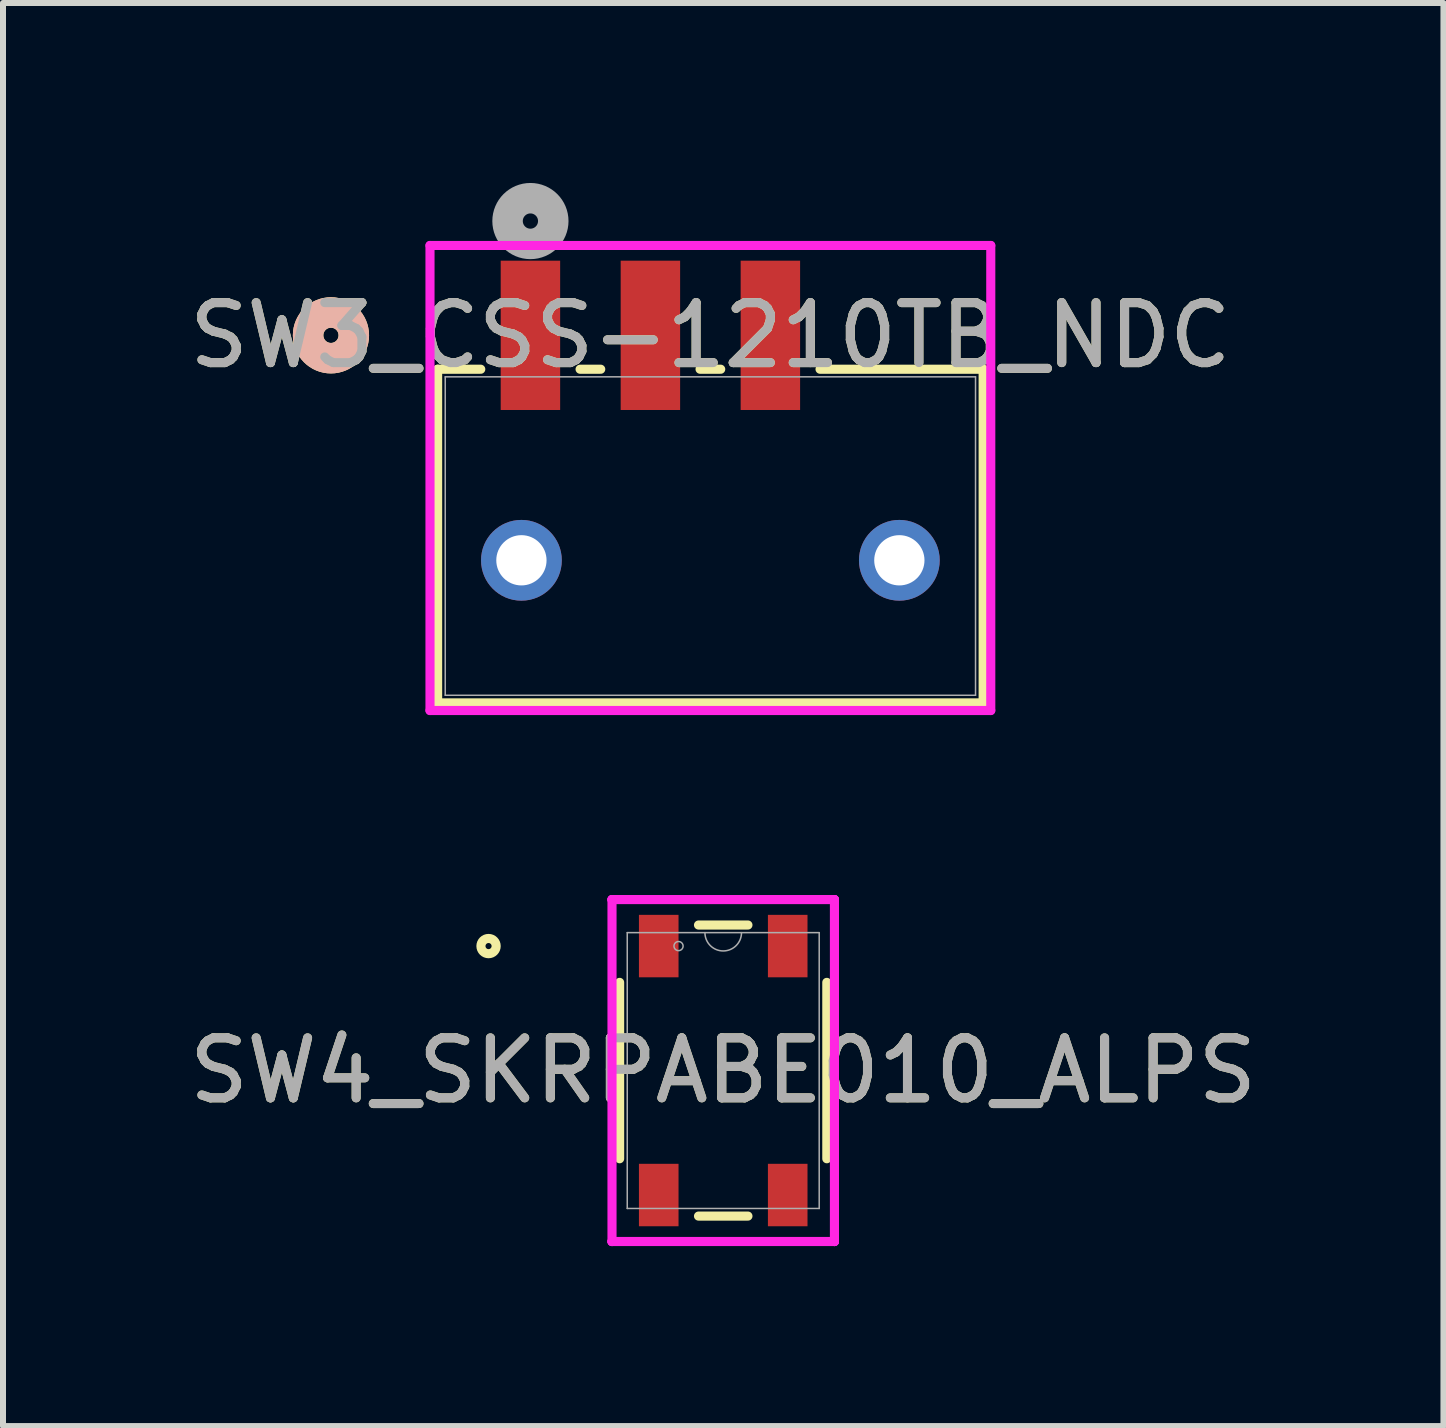
<source format=kicad_pcb>
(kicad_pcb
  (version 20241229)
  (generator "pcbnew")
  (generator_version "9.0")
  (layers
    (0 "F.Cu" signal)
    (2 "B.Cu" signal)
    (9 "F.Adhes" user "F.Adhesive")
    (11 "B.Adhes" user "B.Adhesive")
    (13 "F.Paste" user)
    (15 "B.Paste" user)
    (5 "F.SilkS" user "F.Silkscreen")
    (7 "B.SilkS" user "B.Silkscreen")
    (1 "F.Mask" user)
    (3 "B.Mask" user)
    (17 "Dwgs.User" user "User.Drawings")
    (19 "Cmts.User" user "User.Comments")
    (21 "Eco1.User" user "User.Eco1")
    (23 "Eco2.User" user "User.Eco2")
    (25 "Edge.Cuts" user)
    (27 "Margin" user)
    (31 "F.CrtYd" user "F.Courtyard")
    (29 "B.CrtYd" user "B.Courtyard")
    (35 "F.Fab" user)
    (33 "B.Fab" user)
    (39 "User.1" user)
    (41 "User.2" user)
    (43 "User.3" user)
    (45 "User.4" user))
  (footprint "SW4_SKRPABE010_ALPS"
    (layer "F.Cu")
    (at 9.006 14.796)
    (property "Reference" "SW4_SKRPABE010_ALPS" (at 0 0 0) (unlocked yes) (layer "F.SilkS") (effects (font (size 1 1) (thickness 0.15))))
    (attr smd)
    (fp_line (start -1.727 -1.47) (end -1.727 1.47) (stroke (width 0.152) (type solid)) (layer "F.SilkS"))
    (fp_line (start -0.412 2.426) (end 0.412 2.426) (stroke (width 0.152) (type solid)) (layer "F.SilkS"))
    (fp_line (start 0.412 -2.426) (end -0.412 -2.426) (stroke (width 0.152) (type solid)) (layer "F.SilkS"))
    (fp_line (start 1.727 1.47) (end 1.727 -1.47) (stroke (width 0.152) (type solid)) (layer "F.SilkS"))
    (fp_circle (center -3.912 -2.075) (end -3.785 -2.075) (stroke (width 0.152) (type solid)) (fill no) (layer "F.SilkS"))
    (fp_line (start -1.854 -2.85) (end -1.854 -2.85) (stroke (width 0.152) (type solid)) (layer "F.CrtYd"))
    (fp_line (start -1.854 -2.85) (end -1.854 -2.85) (stroke (width 0.152) (type solid)) (layer "F.CrtYd"))
    (fp_line (start -1.854 -2.85) (end 1.854 -2.85) (stroke (width 0.152) (type solid)) (layer "F.CrtYd"))
    (fp_line (start -1.854 2.85) (end -1.854 -2.85) (stroke (width 0.152) (type solid)) (layer "F.CrtYd"))
    (fp_line (start -1.854 2.85) (end -1.854 2.85) (stroke (width 0.152) (type solid)) (layer "F.CrtYd"))
    (fp_line (start -1.854 2.85) (end -1.854 2.85) (stroke (width 0.152) (type solid)) (layer "F.CrtYd"))
    (fp_line (start 1.854 -2.85) (end 1.854 -2.85) (stroke (width 0.152) (type solid)) (layer "F.CrtYd"))
    (fp_line (start 1.854 -2.85) (end 1.854 -2.85) (stroke (width 0.152) (type solid)) (layer "F.CrtYd"))
    (fp_line (start 1.854 -2.85) (end 1.854 2.85) (stroke (width 0.152) (type solid)) (layer "F.CrtYd"))
    (fp_line (start 1.854 2.85) (end -1.854 2.85) (stroke (width 0.152) (type solid)) (layer "F.CrtYd"))
    (fp_line (start 1.854 2.85) (end 1.854 2.85) (stroke (width 0.152) (type solid)) (layer "F.CrtYd"))
    (fp_line (start 1.854 2.85) (end 1.854 2.85) (stroke (width 0.152) (type solid)) (layer "F.CrtYd"))
    (fp_line (start -1.6 -2.299) (end -1.6 2.299) (stroke (width 0.025) (type solid)) (layer "F.Fab"))
    (fp_line (start -1.6 2.299) (end 1.6 2.299) (stroke (width 0.025) (type solid)) (layer "F.Fab"))
    (fp_line (start 1.6 -2.299) (end -1.6 -2.299) (stroke (width 0.025) (type solid)) (layer "F.Fab"))
    (fp_line (start 1.6 2.299) (end 1.6 -2.299) (stroke (width 0.025) (type solid)) (layer "F.Fab"))
    (fp_arc (start 0.3048 -2.2987) (mid 0 -1.9939) (end -0.3048 -2.2987) (stroke (width 0.0254) (type solid)) (layer "F.Fab"))
    (fp_circle (center -0.745 -2.075) (end -0.669 -2.075) (stroke (width 0.025) (type solid)) (fill no) (layer "F.Fab"))
    (fp_text user "${REFERENCE}" (at 0 0 0) (unlocked yes) (layer "F.Fab") (effects (font (size 1 1) (thickness 0.15))))
    (pad "1" smd rect (at -1.075 -2.075) (size 0.66 1.041) (layers "F.Cu" "F.Mask" "F.Paste"))
    (pad "2" smd rect (at -1.075 2.075) (size 0.66 1.041) (layers "F.Cu" "F.Mask" "F.Paste"))
    (pad "3" smd rect (at 1.075 -2.075) (size 0.66 1.041) (layers "F.Cu" "F.Mask" "F.Paste"))
    (pad "4" smd rect (at 1.075 2.075) (size 0.66 1.041) (layers "F.Cu" "F.Mask" "F.Paste")))
  (footprint "SW3_CSS-1210TB_NDC"
    (layer "F.Cu")
    (at 8.792 5.886)
    (property "Reference" "SW3_CSS-1210TB_NDC" (at 0 -3.346 0) (unlocked yes) (layer "F.SilkS") (effects (font (size 1 1) (thickness 0.15))))
    (attr smd)
    (fp_line (start -4.547 -2.781) (end -4.547 2.781) (stroke (width 0.152) (type solid)) (layer "F.SilkS"))
    (fp_line (start -4.547 2.781) (end 4.547 2.781) (stroke (width 0.152) (type solid)) (layer "F.SilkS"))
    (fp_line (start -3.828 -2.781) (end -4.547 -2.781) (stroke (width 0.152) (type solid)) (layer "F.SilkS"))
    (fp_line (start -1.828 -2.781) (end -2.172 -2.781) (stroke (width 0.152) (type solid)) (layer "F.SilkS"))
    (fp_line (start 0.172 -2.781) (end -0.172 -2.781) (stroke (width 0.152) (type solid)) (layer "F.SilkS"))
    (fp_line (start 4.547 -2.781) (end 1.828 -2.781) (stroke (width 0.152) (type solid)) (layer "F.SilkS"))
    (fp_line (start 4.547 2.781) (end 4.547 -2.781) (stroke (width 0.152) (type solid)) (layer "F.SilkS"))
    (fp_circle (center -6.325 -3.346) (end -5.944 -3.346) (stroke (width 0.508) (type solid)) (fill no) (layer "F.SilkS"))
    (fp_circle (center -6.325 -3.346) (end -5.944 -3.346) (stroke (width 0.508) (type solid)) (fill no) (layer "B.SilkS"))
    (fp_line (start -4.674 -4.844) (end -4.674 2.908) (stroke (width 0.152) (type solid)) (layer "F.CrtYd"))
    (fp_line (start -4.674 2.908) (end 4.674 2.908) (stroke (width 0.152) (type solid)) (layer "F.CrtYd"))
    (fp_line (start 4.674 -4.844) (end -4.674 -4.844) (stroke (width 0.152) (type solid)) (layer "F.CrtYd"))
    (fp_line (start 4.674 2.908) (end 4.674 -4.844) (stroke (width 0.152) (type solid)) (layer "F.CrtYd"))
    (fp_line (start -4.42 -2.654) (end -4.42 2.654) (stroke (width 0.025) (type solid)) (layer "F.Fab"))
    (fp_line (start -4.42 2.654) (end 4.42 2.654) (stroke (width 0.025) (type solid)) (layer "F.Fab"))
    (fp_line (start 4.42 -2.654) (end -4.42 -2.654) (stroke (width 0.025) (type solid)) (layer "F.Fab"))
    (fp_line (start 4.42 2.654) (end 4.42 -2.654) (stroke (width 0.025) (type solid)) (layer "F.Fab"))
    (fp_circle (center -3 -5.251) (end -2.619 -5.251) (stroke (width 0.508) (type solid)) (fill no) (layer "F.Fab"))
    (fp_text user "${REFERENCE}" (at 0 -3.346 0) (unlocked yes) (layer "F.Fab") (effects (font (size 1 1) (thickness 0.15))))
    (pad "1" smd rect (at -3 -3.346) (size 0.991 2.489) (layers "F.Cu" "F.Mask" "F.Paste"))
    (pad "2" smd rect (at -1 -3.346) (size 0.991 2.489) (layers "F.Cu" "F.Mask" "F.Paste"))
    (pad "3" smd rect (at 1 -3.346) (size 0.991 2.489) (layers "F.Cu" "F.Mask" "F.Paste"))
    (pad "5" thru_hole circle (at -3.15 0.404) (size 1.346 1.346) (drill 0.838) (layers "*.Cu" "*.Mask"))
    (pad "6" thru_hole circle (at 3.15 0.404) (size 1.346 1.346) (drill 0.838) (layers "*.Cu" "*.Mask")))
  (gr_rect
    (start -3 -3)
    (end 21.012 20.722)
    (stroke (width 0.1) (type default))
    (fill no)
    (layer "Edge.Cuts")))
</source>
